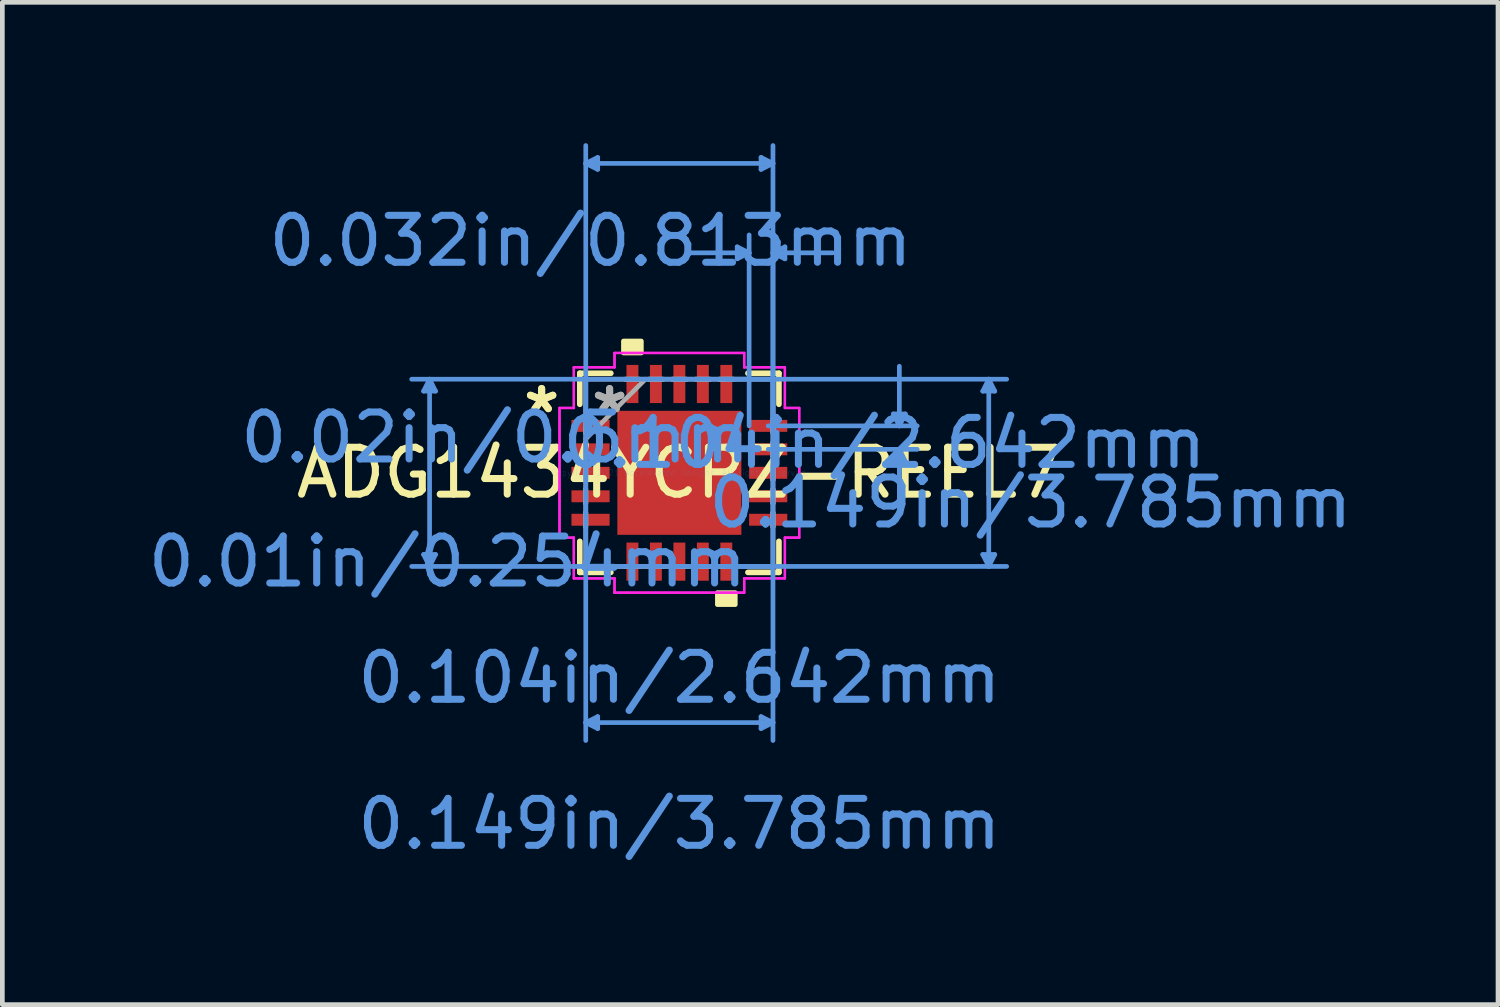
<source format=kicad_pcb>
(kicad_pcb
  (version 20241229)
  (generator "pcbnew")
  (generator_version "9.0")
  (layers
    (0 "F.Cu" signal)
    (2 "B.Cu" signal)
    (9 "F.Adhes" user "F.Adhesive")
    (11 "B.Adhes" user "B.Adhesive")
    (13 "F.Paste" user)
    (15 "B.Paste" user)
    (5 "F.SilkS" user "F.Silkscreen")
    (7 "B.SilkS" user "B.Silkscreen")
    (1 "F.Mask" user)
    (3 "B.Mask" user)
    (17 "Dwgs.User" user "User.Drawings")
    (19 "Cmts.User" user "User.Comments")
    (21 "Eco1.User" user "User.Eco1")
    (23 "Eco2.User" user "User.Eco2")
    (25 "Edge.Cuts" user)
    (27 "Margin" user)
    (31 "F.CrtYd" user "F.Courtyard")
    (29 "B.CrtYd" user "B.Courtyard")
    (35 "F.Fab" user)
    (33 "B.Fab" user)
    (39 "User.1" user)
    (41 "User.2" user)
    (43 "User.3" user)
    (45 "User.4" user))
  (footprint "ADG1434YCPZ-REEL7"
    (layer "F.Cu")
    (at 11.422 7.022)
    (property "Reference" "ADG1434YCPZ-REEL7" (at 0 0 0) (layer "F.SilkS") (effects (font (size 1 1) (thickness 0.15))))
    (attr through_hole)
    (fp_line (start -2.121 -2.121) (end -2.121 -1.46) (stroke (width 0.12) (type solid)) (layer "F.SilkS"))
    (fp_line (start -2.121 1.46) (end -2.121 2.121) (stroke (width 0.12) (type solid)) (layer "F.SilkS"))
    (fp_line (start -2.121 2.121) (end -1.46 2.121) (stroke (width 0.12) (type solid)) (layer "F.SilkS"))
    (fp_line (start -1.46 -2.121) (end -2.121 -2.121) (stroke (width 0.12) (type solid)) (layer "F.SilkS"))
    (fp_line (start 1.46 2.121) (end 2.121 2.121) (stroke (width 0.12) (type solid)) (layer "F.SilkS"))
    (fp_line (start 2.121 -2.121) (end 1.46 -2.121) (stroke (width 0.12) (type solid)) (layer "F.SilkS"))
    (fp_line (start 2.121 -1.46) (end 2.121 -2.121) (stroke (width 0.12) (type solid)) (layer "F.SilkS"))
    (fp_line (start 2.121 2.121) (end 2.121 1.46) (stroke (width 0.12) (type solid)) (layer "F.SilkS"))
    (fp_poly (pts (xy -1.191 -2.553) (xy -1.191 -2.807) (xy -0.81 -2.807) (xy -0.81 -2.553)) (stroke (width 0.1) (type solid)) (fill yes) (layer "F.SilkS"))
    (fp_poly (pts (xy 0.81 2.553) (xy 0.81 2.807) (xy 1.191 2.807) (xy 1.191 2.553)) (stroke (width 0.1) (type solid)) (fill yes) (layer "F.SilkS"))
    (fp_poly (pts (xy -1.221 -1.221) (xy -1.221 -0.1) (xy -0.1 -0.1) (xy -0.1 -1.221)) (stroke (width 0.1) (type solid)) (fill yes) (layer "F.Paste"))
    (fp_poly (pts (xy -1.221 0.1) (xy -1.221 1.221) (xy -0.1 1.221) (xy -0.1 0.1)) (stroke (width 0.1) (type solid)) (fill yes) (layer "F.Paste"))
    (fp_poly (pts (xy 0.1 -1.221) (xy 0.1 -0.1) (xy 1.221 -0.1) (xy 1.221 -1.221)) (stroke (width 0.1) (type solid)) (fill yes) (layer "F.Paste"))
    (fp_poly (pts (xy 0.1 0.1) (xy 0.1 1.221) (xy 1.221 1.221) (xy 1.221 0.1)) (stroke (width 0.1) (type solid)) (fill yes) (layer "F.Paste"))
    (fp_line (start -5.448 -1.74) (end -5.194 -1.74) (stroke (width 0.1) (type solid)) (layer "Cmts.User"))
    (fp_line (start -5.448 1.74) (end -5.194 1.74) (stroke (width 0.1) (type solid)) (layer "Cmts.User"))
    (fp_line (start -5.321 -1.994) (end -5.448 -1.74) (stroke (width 0.1) (type solid)) (layer "Cmts.User"))
    (fp_line (start -5.321 -1.994) (end -5.321 1.994) (stroke (width 0.1) (type solid)) (layer "Cmts.User"))
    (fp_line (start -5.321 -1.994) (end -5.194 -1.74) (stroke (width 0.1) (type solid)) (layer "Cmts.User"))
    (fp_line (start -5.321 1.994) (end -5.448 1.74) (stroke (width 0.1) (type solid)) (layer "Cmts.User"))
    (fp_line (start -5.321 1.994) (end -5.194 1.74) (stroke (width 0.1) (type solid)) (layer "Cmts.User"))
    (fp_line (start -1.994 -6.591) (end -1.74 -6.718) (stroke (width 0.1) (type solid)) (layer "Cmts.User"))
    (fp_line (start -1.994 -6.591) (end -1.74 -6.464) (stroke (width 0.1) (type solid)) (layer "Cmts.User"))
    (fp_line (start -1.994 -6.591) (end 1.994 -6.591) (stroke (width 0.1) (type solid)) (layer "Cmts.User"))
    (fp_line (start -1.994 -1.994) (end -1.994 5.702) (stroke (width 0.1) (type solid)) (layer "Cmts.User"))
    (fp_line (start -1.994 -1) (end -1.994 -6.972) (stroke (width 0.1) (type solid)) (layer "Cmts.User"))
    (fp_line (start -1.994 5.321) (end -1.74 5.194) (stroke (width 0.1) (type solid)) (layer "Cmts.User"))
    (fp_line (start -1.994 5.321) (end -1.74 5.448) (stroke (width 0.1) (type solid)) (layer "Cmts.User"))
    (fp_line (start -1.994 5.321) (end 1.994 5.321) (stroke (width 0.1) (type solid)) (layer "Cmts.User"))
    (fp_line (start -1.74 -6.718) (end -1.74 -6.464) (stroke (width 0.1) (type solid)) (layer "Cmts.User"))
    (fp_line (start -1.74 5.194) (end -1.74 5.448) (stroke (width 0.1) (type solid)) (layer "Cmts.User"))
    (fp_line (start 1 -1.994) (end 6.972 -1.994) (stroke (width 0.1) (type solid)) (layer "Cmts.User"))
    (fp_line (start 1 1.994) (end 6.972 1.994) (stroke (width 0.1) (type solid)) (layer "Cmts.User"))
    (fp_line (start 1.232 -4.813) (end 1.232 -4.559) (stroke (width 0.1) (type solid)) (layer "Cmts.User"))
    (fp_line (start 1.486 -4.686) (end 0.216 -4.686) (stroke (width 0.1) (type solid)) (layer "Cmts.User"))
    (fp_line (start 1.486 -4.686) (end 1.232 -4.813) (stroke (width 0.1) (type solid)) (layer "Cmts.User"))
    (fp_line (start 1.486 -4.686) (end 1.232 -4.559) (stroke (width 0.1) (type solid)) (layer "Cmts.User"))
    (fp_line (start 1.486 -1) (end 1.486 -5.067) (stroke (width 0.1) (type solid)) (layer "Cmts.User"))
    (fp_line (start 1.74 -6.718) (end 1.74 -6.464) (stroke (width 0.1) (type solid)) (layer "Cmts.User"))
    (fp_line (start 1.74 5.194) (end 1.74 5.448) (stroke (width 0.1) (type solid)) (layer "Cmts.User"))
    (fp_line (start 1.892 -1) (end 5.067 -1) (stroke (width 0.1) (type solid)) (layer "Cmts.User"))
    (fp_line (start 1.892 -0.5) (end 5.067 -0.5) (stroke (width 0.1) (type solid)) (layer "Cmts.User"))
    (fp_line (start 1.994 -6.591) (end 1.74 -6.718) (stroke (width 0.1) (type solid)) (layer "Cmts.User"))
    (fp_line (start 1.994 -6.591) (end 1.74 -6.464) (stroke (width 0.1) (type solid)) (layer "Cmts.User"))
    (fp_line (start 1.994 -4.686) (end 2.248 -4.813) (stroke (width 0.1) (type solid)) (layer "Cmts.User"))
    (fp_line (start 1.994 -4.686) (end 2.248 -4.559) (stroke (width 0.1) (type solid)) (layer "Cmts.User"))
    (fp_line (start 1.994 -4.686) (end 3.264 -4.686) (stroke (width 0.1) (type solid)) (layer "Cmts.User"))
    (fp_line (start 1.994 -1.994) (end -5.702 -1.994) (stroke (width 0.1) (type solid)) (layer "Cmts.User"))
    (fp_line (start 1.994 -1.994) (end 1.994 5.702) (stroke (width 0.1) (type solid)) (layer "Cmts.User"))
    (fp_line (start 1.994 -1) (end 1.994 -6.972) (stroke (width 0.1) (type solid)) (layer "Cmts.User"))
    (fp_line (start 1.994 -1) (end 1.994 -5.067) (stroke (width 0.1) (type solid)) (layer "Cmts.User"))
    (fp_line (start 1.994 1.994) (end -5.702 1.994) (stroke (width 0.1) (type solid)) (layer "Cmts.User"))
    (fp_line (start 1.994 5.321) (end 1.74 5.194) (stroke (width 0.1) (type solid)) (layer "Cmts.User"))
    (fp_line (start 1.994 5.321) (end 1.74 5.448) (stroke (width 0.1) (type solid)) (layer "Cmts.User"))
    (fp_line (start 2.248 -4.813) (end 2.248 -4.559) (stroke (width 0.1) (type solid)) (layer "Cmts.User"))
    (fp_line (start 4.559 -1.254) (end 4.813 -1.254) (stroke (width 0.1) (type solid)) (layer "Cmts.User"))
    (fp_line (start 4.559 -0.246) (end 4.813 -0.246) (stroke (width 0.1) (type solid)) (layer "Cmts.User"))
    (fp_line (start 4.686 -1) (end 4.559 -1.254) (stroke (width 0.1) (type solid)) (layer "Cmts.User"))
    (fp_line (start 4.686 -1) (end 4.686 -2.27) (stroke (width 0.1) (type solid)) (layer "Cmts.User"))
    (fp_line (start 4.686 -1) (end 4.813 -1.254) (stroke (width 0.1) (type solid)) (layer "Cmts.User"))
    (fp_line (start 4.686 -0.5) (end 4.559 -0.246) (stroke (width 0.1) (type solid)) (layer "Cmts.User"))
    (fp_line (start 4.686 -0.5) (end 4.686 0.77) (stroke (width 0.1) (type solid)) (layer "Cmts.User"))
    (fp_line (start 4.686 -0.5) (end 4.813 -0.246) (stroke (width 0.1) (type solid)) (layer "Cmts.User"))
    (fp_line (start 6.464 -1.74) (end 6.718 -1.74) (stroke (width 0.1) (type solid)) (layer "Cmts.User"))
    (fp_line (start 6.464 1.74) (end 6.718 1.74) (stroke (width 0.1) (type solid)) (layer "Cmts.User"))
    (fp_line (start 6.591 -1.994) (end 6.464 -1.74) (stroke (width 0.1) (type solid)) (layer "Cmts.User"))
    (fp_line (start 6.591 -1.994) (end 6.591 1.994) (stroke (width 0.1) (type solid)) (layer "Cmts.User"))
    (fp_line (start 6.591 -1.994) (end 6.718 -1.74) (stroke (width 0.1) (type solid)) (layer "Cmts.User"))
    (fp_line (start 6.591 1.994) (end 6.464 1.74) (stroke (width 0.1) (type solid)) (layer "Cmts.User"))
    (fp_line (start 6.591 1.994) (end 6.718 1.74) (stroke (width 0.1) (type solid)) (layer "Cmts.User"))
    (fp_line (start -2.553 -1.381) (end -2.248 -1.381) (stroke (width 0.05) (type solid)) (layer "F.CrtYd"))
    (fp_line (start -2.553 -1.381) (end -2.248 -1.381) (stroke (width 0.05) (type solid)) (layer "F.CrtYd"))
    (fp_line (start -2.553 1.381) (end -2.553 -1.381) (stroke (width 0.05) (type solid)) (layer "F.CrtYd"))
    (fp_line (start -2.553 1.381) (end -2.553 -1.381) (stroke (width 0.05) (type solid)) (layer "F.CrtYd"))
    (fp_line (start -2.248 -2.248) (end -1.381 -2.248) (stroke (width 0.05) (type solid)) (layer "F.CrtYd"))
    (fp_line (start -2.248 -2.248) (end -1.381 -2.248) (stroke (width 0.05) (type solid)) (layer "F.CrtYd"))
    (fp_line (start -2.248 -1.381) (end -2.248 -2.248) (stroke (width 0.05) (type solid)) (layer "F.CrtYd"))
    (fp_line (start -2.248 -1.381) (end -2.248 -2.248) (stroke (width 0.05) (type solid)) (layer "F.CrtYd"))
    (fp_line (start -2.248 1.381) (end -2.553 1.381) (stroke (width 0.05) (type solid)) (layer "F.CrtYd"))
    (fp_line (start -2.248 1.381) (end -2.553 1.381) (stroke (width 0.05) (type solid)) (layer "F.CrtYd"))
    (fp_line (start -2.248 2.248) (end -2.248 1.381) (stroke (width 0.05) (type solid)) (layer "F.CrtYd"))
    (fp_line (start -2.248 2.248) (end -2.248 1.381) (stroke (width 0.05) (type solid)) (layer "F.CrtYd"))
    (fp_line (start -1.381 -2.553) (end 1.381 -2.553) (stroke (width 0.05) (type solid)) (layer "F.CrtYd"))
    (fp_line (start -1.381 -2.553) (end 1.381 -2.553) (stroke (width 0.05) (type solid)) (layer "F.CrtYd"))
    (fp_line (start -1.381 -2.248) (end -1.381 -2.553) (stroke (width 0.05) (type solid)) (layer "F.CrtYd"))
    (fp_line (start -1.381 -2.248) (end -1.381 -2.553) (stroke (width 0.05) (type solid)) (layer "F.CrtYd"))
    (fp_line (start -1.381 2.248) (end -2.248 2.248) (stroke (width 0.05) (type solid)) (layer "F.CrtYd"))
    (fp_line (start -1.381 2.248) (end -2.248 2.248) (stroke (width 0.05) (type solid)) (layer "F.CrtYd"))
    (fp_line (start -1.381 2.553) (end -1.381 2.248) (stroke (width 0.05) (type solid)) (layer "F.CrtYd"))
    (fp_line (start -1.381 2.553) (end -1.381 2.248) (stroke (width 0.05) (type solid)) (layer "F.CrtYd"))
    (fp_line (start 1.381 -2.553) (end 1.381 -2.248) (stroke (width 0.05) (type solid)) (layer "F.CrtYd"))
    (fp_line (start 1.381 -2.553) (end 1.381 -2.248) (stroke (width 0.05) (type solid)) (layer "F.CrtYd"))
    (fp_line (start 1.381 -2.248) (end 2.248 -2.248) (stroke (width 0.05) (type solid)) (layer "F.CrtYd"))
    (fp_line (start 1.381 -2.248) (end 2.248 -2.248) (stroke (width 0.05) (type solid)) (layer "F.CrtYd"))
    (fp_line (start 1.381 2.248) (end 1.381 2.553) (stroke (width 0.05) (type solid)) (layer "F.CrtYd"))
    (fp_line (start 1.381 2.248) (end 1.381 2.553) (stroke (width 0.05) (type solid)) (layer "F.CrtYd"))
    (fp_line (start 1.381 2.553) (end -1.381 2.553) (stroke (width 0.05) (type solid)) (layer "F.CrtYd"))
    (fp_line (start 1.381 2.553) (end -1.381 2.553) (stroke (width 0.05) (type solid)) (layer "F.CrtYd"))
    (fp_line (start 2.248 -2.248) (end 2.248 -1.381) (stroke (width 0.05) (type solid)) (layer "F.CrtYd"))
    (fp_line (start 2.248 -2.248) (end 2.248 -1.381) (stroke (width 0.05) (type solid)) (layer "F.CrtYd"))
    (fp_line (start 2.248 -1.381) (end 2.553 -1.381) (stroke (width 0.05) (type solid)) (layer "F.CrtYd"))
    (fp_line (start 2.248 -1.381) (end 2.553 -1.381) (stroke (width 0.05) (type solid)) (layer "F.CrtYd"))
    (fp_line (start 2.248 1.381) (end 2.248 2.248) (stroke (width 0.05) (type solid)) (layer "F.CrtYd"))
    (fp_line (start 2.248 1.381) (end 2.248 2.248) (stroke (width 0.05) (type solid)) (layer "F.CrtYd"))
    (fp_line (start 2.248 2.248) (end 1.381 2.248) (stroke (width 0.05) (type solid)) (layer "F.CrtYd"))
    (fp_line (start 2.248 2.248) (end 1.381 2.248) (stroke (width 0.05) (type solid)) (layer "F.CrtYd"))
    (fp_line (start 2.553 -1.381) (end 2.553 1.381) (stroke (width 0.05) (type solid)) (layer "F.CrtYd"))
    (fp_line (start 2.553 -1.381) (end 2.553 1.381) (stroke (width 0.05) (type solid)) (layer "F.CrtYd"))
    (fp_line (start 2.553 1.381) (end 2.248 1.381) (stroke (width 0.05) (type solid)) (layer "F.CrtYd"))
    (fp_line (start 2.553 1.381) (end 2.248 1.381) (stroke (width 0.05) (type solid)) (layer "F.CrtYd"))
    (fp_line (start -1.994 -1.994) (end -1.994 -1.994) (stroke (width 0.1) (type solid)) (layer "F.Fab"))
    (fp_line (start -1.994 -1.994) (end -1.994 1.994) (stroke (width 0.1) (type solid)) (layer "F.Fab"))
    (fp_line (start -1.994 -1.152) (end -1.994 -1.152) (stroke (width 0.1) (type solid)) (layer "F.Fab"))
    (fp_line (start -1.994 -1.152) (end -1.994 -0.848) (stroke (width 0.1) (type solid)) (layer "F.Fab"))
    (fp_line (start -1.994 -0.848) (end -1.994 -1.152) (stroke (width 0.1) (type solid)) (layer "F.Fab"))
    (fp_line (start -1.994 -0.848) (end -1.994 -0.848) (stroke (width 0.1) (type solid)) (layer "F.Fab"))
    (fp_line (start -1.994 -0.724) (end -0.724 -1.994) (stroke (width 0.1) (type solid)) (layer "F.Fab"))
    (fp_line (start -1.994 -0.652) (end -1.994 -0.652) (stroke (width 0.1) (type solid)) (layer "F.Fab"))
    (fp_line (start -1.994 -0.652) (end -1.994 -0.348) (stroke (width 0.1) (type solid)) (layer "F.Fab"))
    (fp_line (start -1.994 -0.348) (end -1.994 -0.652) (stroke (width 0.1) (type solid)) (layer "F.Fab"))
    (fp_line (start -1.994 -0.348) (end -1.994 -0.348) (stroke (width 0.1) (type solid)) (layer "F.Fab"))
    (fp_line (start -1.994 -0.152) (end -1.994 -0.152) (stroke (width 0.1) (type solid)) (layer "F.Fab"))
    (fp_line (start -1.994 -0.152) (end -1.994 0.152) (stroke (width 0.1) (type solid)) (layer "F.Fab"))
    (fp_line (start -1.994 0.152) (end -1.994 -0.152) (stroke (width 0.1) (type solid)) (layer "F.Fab"))
    (fp_line (start -1.994 0.152) (end -1.994 0.152) (stroke (width 0.1) (type solid)) (layer "F.Fab"))
    (fp_line (start -1.994 0.348) (end -1.994 0.348) (stroke (width 0.1) (type solid)) (layer "F.Fab"))
    (fp_line (start -1.994 0.348) (end -1.994 0.652) (stroke (width 0.1) (type solid)) (layer "F.Fab"))
    (fp_line (start -1.994 0.652) (end -1.994 0.348) (stroke (width 0.1) (type solid)) (layer "F.Fab"))
    (fp_line (start -1.994 0.652) (end -1.994 0.652) (stroke (width 0.1) (type solid)) (layer "F.Fab"))
    (fp_line (start -1.994 0.848) (end -1.994 0.848) (stroke (width 0.1) (type solid)) (layer "F.Fab"))
    (fp_line (start -1.994 0.848) (end -1.994 1.152) (stroke (width 0.1) (type solid)) (layer "F.Fab"))
    (fp_line (start -1.994 1.152) (end -1.994 0.848) (stroke (width 0.1) (type solid)) (layer "F.Fab"))
    (fp_line (start -1.994 1.152) (end -1.994 1.152) (stroke (width 0.1) (type solid)) (layer "F.Fab"))
    (fp_line (start -1.994 1.994) (end -1.994 1.994) (stroke (width 0.1) (type solid)) (layer "F.Fab"))
    (fp_line (start -1.994 1.994) (end 1.994 1.994) (stroke (width 0.1) (type solid)) (layer "F.Fab"))
    (fp_line (start -1.152 -1.994) (end -1.152 -1.994) (stroke (width 0.1) (type solid)) (layer "F.Fab"))
    (fp_line (start -1.152 -1.994) (end -0.848 -1.994) (stroke (width 0.1) (type solid)) (layer "F.Fab"))
    (fp_line (start -1.152 1.994) (end -1.152 1.994) (stroke (width 0.1) (type solid)) (layer "F.Fab"))
    (fp_line (start -1.152 1.994) (end -0.848 1.994) (stroke (width 0.1) (type solid)) (layer "F.Fab"))
    (fp_line (start -0.848 -1.994) (end -1.152 -1.994) (stroke (width 0.1) (type solid)) (layer "F.Fab"))
    (fp_line (start -0.848 -1.994) (end -0.848 -1.994) (stroke (width 0.1) (type solid)) (layer "F.Fab"))
    (fp_line (start -0.848 1.994) (end -1.152 1.994) (stroke (width 0.1) (type solid)) (layer "F.Fab"))
    (fp_line (start -0.848 1.994) (end -0.848 1.994) (stroke (width 0.1) (type solid)) (layer "F.Fab"))
    (fp_line (start -0.652 -1.994) (end -0.652 -1.994) (stroke (width 0.1) (type solid)) (layer "F.Fab"))
    (fp_line (start -0.652 -1.994) (end -0.348 -1.994) (stroke (width 0.1) (type solid)) (layer "F.Fab"))
    (fp_line (start -0.652 1.994) (end -0.652 1.994) (stroke (width 0.1) (type solid)) (layer "F.Fab"))
    (fp_line (start -0.652 1.994) (end -0.348 1.994) (stroke (width 0.1) (type solid)) (layer "F.Fab"))
    (fp_line (start -0.348 -1.994) (end -0.652 -1.994) (stroke (width 0.1) (type solid)) (layer "F.Fab"))
    (fp_line (start -0.348 -1.994) (end -0.348 -1.994) (stroke (width 0.1) (type solid)) (layer "F.Fab"))
    (fp_line (start -0.348 1.994) (end -0.652 1.994) (stroke (width 0.1) (type solid)) (layer "F.Fab"))
    (fp_line (start -0.348 1.994) (end -0.348 1.994) (stroke (width 0.1) (type solid)) (layer "F.Fab"))
    (fp_line (start -0.152 -1.994) (end -0.152 -1.994) (stroke (width 0.1) (type solid)) (layer "F.Fab"))
    (fp_line (start -0.152 -1.994) (end 0.152 -1.994) (stroke (width 0.1) (type solid)) (layer "F.Fab"))
    (fp_line (start -0.152 1.994) (end -0.152 1.994) (stroke (width 0.1) (type solid)) (layer "F.Fab"))
    (fp_line (start -0.152 1.994) (end 0.152 1.994) (stroke (width 0.1) (type solid)) (layer "F.Fab"))
    (fp_line (start 0.152 -1.994) (end -0.152 -1.994) (stroke (width 0.1) (type solid)) (layer "F.Fab"))
    (fp_line (start 0.152 -1.994) (end 0.152 -1.994) (stroke (width 0.1) (type solid)) (layer "F.Fab"))
    (fp_line (start 0.152 1.994) (end -0.152 1.994) (stroke (width 0.1) (type solid)) (layer "F.Fab"))
    (fp_line (start 0.152 1.994) (end 0.152 1.994) (stroke (width 0.1) (type solid)) (layer "F.Fab"))
    (fp_line (start 0.348 -1.994) (end 0.348 -1.994) (stroke (width 0.1) (type solid)) (layer "F.Fab"))
    (fp_line (start 0.348 -1.994) (end 0.652 -1.994) (stroke (width 0.1) (type solid)) (layer "F.Fab"))
    (fp_line (start 0.348 1.994) (end 0.348 1.994) (stroke (width 0.1) (type solid)) (layer "F.Fab"))
    (fp_line (start 0.348 1.994) (end 0.652 1.994) (stroke (width 0.1) (type solid)) (layer "F.Fab"))
    (fp_line (start 0.652 -1.994) (end 0.348 -1.994) (stroke (width 0.1) (type solid)) (layer "F.Fab"))
    (fp_line (start 0.652 -1.994) (end 0.652 -1.994) (stroke (width 0.1) (type solid)) (layer "F.Fab"))
    (fp_line (start 0.652 1.994) (end 0.348 1.994) (stroke (width 0.1) (type solid)) (layer "F.Fab"))
    (fp_line (start 0.652 1.994) (end 0.652 1.994) (stroke (width 0.1) (type solid)) (layer "F.Fab"))
    (fp_line (start 0.848 -1.994) (end 0.848 -1.994) (stroke (width 0.1) (type solid)) (layer "F.Fab"))
    (fp_line (start 0.848 -1.994) (end 1.152 -1.994) (stroke (width 0.1) (type solid)) (layer "F.Fab"))
    (fp_line (start 0.848 1.994) (end 0.848 1.994) (stroke (width 0.1) (type solid)) (layer "F.Fab"))
    (fp_line (start 0.848 1.994) (end 1.152 1.994) (stroke (width 0.1) (type solid)) (layer "F.Fab"))
    (fp_line (start 1.152 -1.994) (end 0.848 -1.994) (stroke (width 0.1) (type solid)) (layer "F.Fab"))
    (fp_line (start 1.152 -1.994) (end 1.152 -1.994) (stroke (width 0.1) (type solid)) (layer "F.Fab"))
    (fp_line (start 1.152 1.994) (end 0.848 1.994) (stroke (width 0.1) (type solid)) (layer "F.Fab"))
    (fp_line (start 1.152 1.994) (end 1.152 1.994) (stroke (width 0.1) (type solid)) (layer "F.Fab"))
    (fp_line (start 1.994 -1.994) (end -1.994 -1.994) (stroke (width 0.1) (type solid)) (layer "F.Fab"))
    (fp_line (start 1.994 -1.994) (end 1.994 -1.994) (stroke (width 0.1) (type solid)) (layer "F.Fab"))
    (fp_line (start 1.994 -1.152) (end 1.994 -1.152) (stroke (width 0.1) (type solid)) (layer "F.Fab"))
    (fp_line (start 1.994 -1.152) (end 1.994 -0.848) (stroke (width 0.1) (type solid)) (layer "F.Fab"))
    (fp_line (start 1.994 -0.848) (end 1.994 -1.152) (stroke (width 0.1) (type solid)) (layer "F.Fab"))
    (fp_line (start 1.994 -0.848) (end 1.994 -0.848) (stroke (width 0.1) (type solid)) (layer "F.Fab"))
    (fp_line (start 1.994 -0.652) (end 1.994 -0.652) (stroke (width 0.1) (type solid)) (layer "F.Fab"))
    (fp_line (start 1.994 -0.652) (end 1.994 -0.348) (stroke (width 0.1) (type solid)) (layer "F.Fab"))
    (fp_line (start 1.994 -0.348) (end 1.994 -0.652) (stroke (width 0.1) (type solid)) (layer "F.Fab"))
    (fp_line (start 1.994 -0.348) (end 1.994 -0.348) (stroke (width 0.1) (type solid)) (layer "F.Fab"))
    (fp_line (start 1.994 -0.152) (end 1.994 -0.152) (stroke (width 0.1) (type solid)) (layer "F.Fab"))
    (fp_line (start 1.994 -0.152) (end 1.994 0.152) (stroke (width 0.1) (type solid)) (layer "F.Fab"))
    (fp_line (start 1.994 0.152) (end 1.994 -0.152) (stroke (width 0.1) (type solid)) (layer "F.Fab"))
    (fp_line (start 1.994 0.152) (end 1.994 0.152) (stroke (width 0.1) (type solid)) (layer "F.Fab"))
    (fp_line (start 1.994 0.348) (end 1.994 0.348) (stroke (width 0.1) (type solid)) (layer "F.Fab"))
    (fp_line (start 1.994 0.348) (end 1.994 0.652) (stroke (width 0.1) (type solid)) (layer "F.Fab"))
    (fp_line (start 1.994 0.652) (end 1.994 0.348) (stroke (width 0.1) (type solid)) (layer "F.Fab"))
    (fp_line (start 1.994 0.652) (end 1.994 0.652) (stroke (width 0.1) (type solid)) (layer "F.Fab"))
    (fp_line (start 1.994 0.848) (end 1.994 0.848) (stroke (width 0.1) (type solid)) (layer "F.Fab"))
    (fp_line (start 1.994 0.848) (end 1.994 1.152) (stroke (width 0.1) (type solid)) (layer "F.Fab"))
    (fp_line (start 1.994 1.152) (end 1.994 0.848) (stroke (width 0.1) (type solid)) (layer "F.Fab"))
    (fp_line (start 1.994 1.152) (end 1.994 1.152) (stroke (width 0.1) (type solid)) (layer "F.Fab"))
    (fp_line (start 1.994 1.994) (end 1.994 -1.994) (stroke (width 0.1) (type solid)) (layer "F.Fab"))
    (fp_line (start 1.994 1.994) (end 1.994 1.994) (stroke (width 0.1) (type solid)) (layer "F.Fab"))
    (fp_text user "*" (at -2.934 -1.25 0) (layer "F.SilkS") (effects (font (size 1 1) (thickness 0.15))))
    (fp_text user "*" (at -2.934 -1.25 0) (layer "F.SilkS") (effects (font (size 1 1) (thickness 0.15))))
    (fp_text user "0.01in/0.254mm" (at -4.94 1.892 0) (layer "Cmts.User") (effects (font (size 1 1) (thickness 0.15))))
    (fp_text user "Copyright 2021 Accelerated Designs. All rights reserved." (at 0 0 0) (layer "Cmts.User") (effects (font (size 0.127 0.127) (thickness 0.002))))
    (fp_text user "0.032in/0.813mm" (at -1.892 -4.94 0) (layer "Cmts.User") (effects (font (size 1 1) (thickness 0.15))))
    (fp_text user "0.104in/2.642mm" (at 4.369 -0.635 0) (layer "Cmts.User") (effects (font (size 1 1) (thickness 0.15))))
    (fp_text user "0.149in/3.785mm" (at 7.48 0.635 0) (layer "Cmts.User") (effects (font (size 1 1) (thickness 0.15))))
    (fp_text user "0.02in/0.5mm" (at -3.924 -0.75 0) (layer "Cmts.User") (effects (font (size 1 1) (thickness 0.15))))
    (fp_text user "0.104in/2.642mm" (at 0 4.369 0) (layer "Cmts.User") (effects (font (size 1 1) (thickness 0.15))))
    (fp_text user "0.149in/3.785mm" (at 0 7.48 0) (layer "Cmts.User") (effects (font (size 1 1) (thickness 0.15))))
    (fp_text user "*" (at -1.486 -1.25 0) (layer "F.Fab") (effects (font (size 1 1) (thickness 0.15))))
    (fp_text user "*" (at -1.486 -1.25 0) (layer "F.Fab") (effects (font (size 1 1) (thickness 0.15))))
    (pad "1" smd rect (at -1.892 -1 90) (size 0.254 0.813) (layers "F.Cu" "F.Mask" "F.Paste"))
    (pad "2" smd rect (at -1.892 -0.5 90) (size 0.254 0.813) (layers "F.Cu" "F.Mask" "F.Paste"))
    (pad "3" smd rect (at -1.892 0 90) (size 0.254 0.813) (layers "F.Cu" "F.Mask" "F.Paste"))
    (pad "4" smd rect (at -1.892 0.5 90) (size 0.254 0.813) (layers "F.Cu" "F.Mask" "F.Paste"))
    (pad "5" smd rect (at -1.892 1 90) (size 0.254 0.813) (layers "F.Cu" "F.Mask" "F.Paste"))
    (pad "6" smd rect (at -1 1.892) (size 0.254 0.813) (layers "F.Cu" "F.Mask" "F.Paste"))
    (pad "7" smd rect (at -0.5 1.892) (size 0.254 0.813) (layers "F.Cu" "F.Mask" "F.Paste"))
    (pad "8" smd rect (at 0 1.892) (size 0.254 0.813) (layers "F.Cu" "F.Mask" "F.Paste"))
    (pad "9" smd rect (at 0.5 1.892) (size 0.254 0.813) (layers "F.Cu" "F.Mask" "F.Paste"))
    (pad "10" smd rect (at 1 1.892) (size 0.254 0.813) (layers "F.Cu" "F.Mask" "F.Paste"))
    (pad "11" smd rect (at 1.892 1 90) (size 0.254 0.813) (layers "F.Cu" "F.Mask" "F.Paste"))
    (pad "12" smd rect (at 1.892 0.5 90) (size 0.254 0.813) (layers "F.Cu" "F.Mask" "F.Paste"))
    (pad "13" smd rect (at 1.892 0 90) (size 0.254 0.813) (layers "F.Cu" "F.Mask" "F.Paste"))
    (pad "14" smd rect (at 1.892 -0.5 90) (size 0.254 0.813) (layers "F.Cu" "F.Mask" "F.Paste"))
    (pad "15" smd rect (at 1.892 -1 90) (size 0.254 0.813) (layers "F.Cu" "F.Mask" "F.Paste"))
    (pad "16" smd rect (at 1 -1.892) (size 0.254 0.813) (layers "F.Cu" "F.Mask" "F.Paste"))
    (pad "17" smd rect (at 0.5 -1.892) (size 0.254 0.813) (layers "F.Cu" "F.Mask" "F.Paste"))
    (pad "18" smd rect (at 0 -1.892) (size 0.254 0.813) (layers "F.Cu" "F.Mask" "F.Paste"))
    (pad "19" smd rect (at -0.5 -1.892) (size 0.254 0.813) (layers "F.Cu" "F.Mask" "F.Paste"))
    (pad "20" smd rect (at -1 -1.892) (size 0.254 0.813) (layers "F.Cu" "F.Mask" "F.Paste"))
    (pad "21" smd rect (at 0 0) (size 2.642 2.642) (layers "F.Cu" "F.Mask")))
  (gr_rect
    (start -3 -3)
    (end 28.861 18.351)
    (stroke (width 0.1) (type default))
    (fill no)
    (layer "Edge.Cuts")))
</source>
